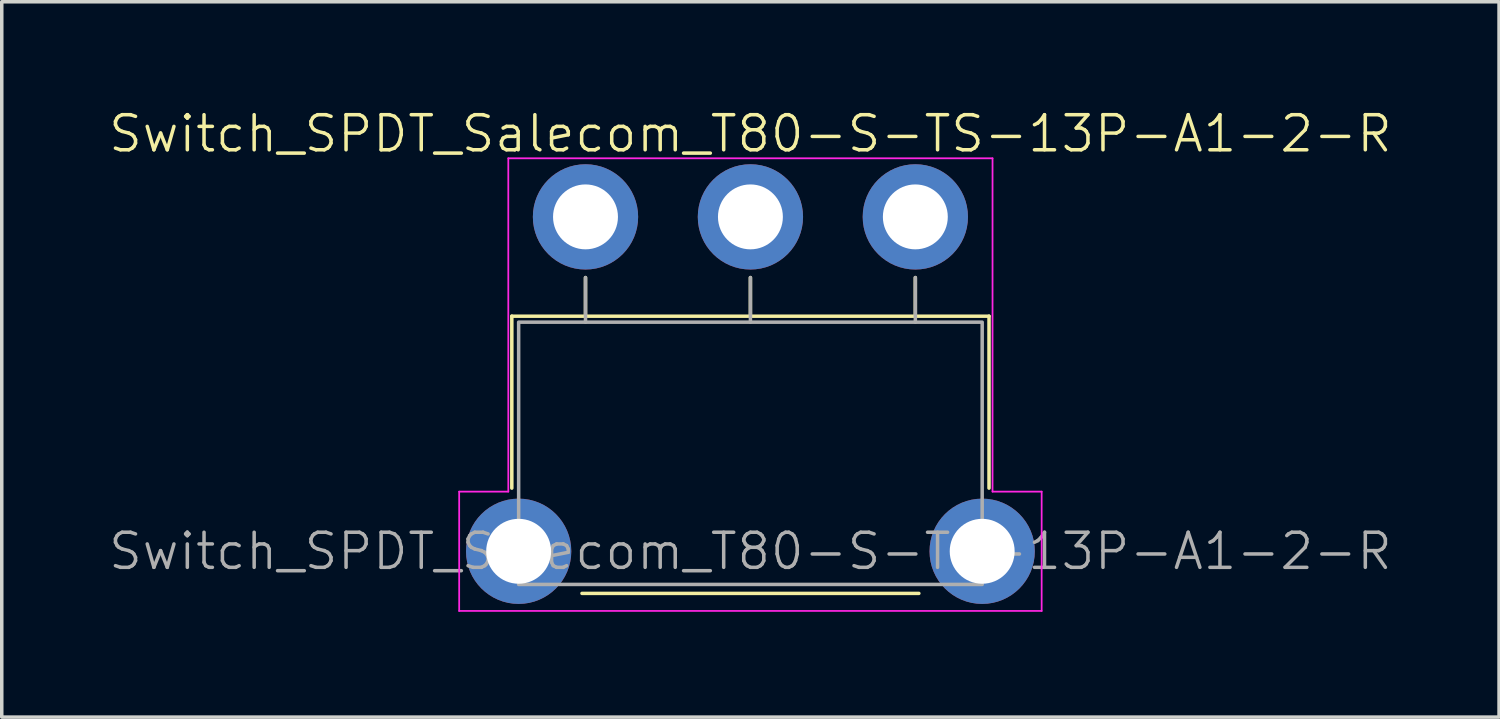
<source format=kicad_pcb>
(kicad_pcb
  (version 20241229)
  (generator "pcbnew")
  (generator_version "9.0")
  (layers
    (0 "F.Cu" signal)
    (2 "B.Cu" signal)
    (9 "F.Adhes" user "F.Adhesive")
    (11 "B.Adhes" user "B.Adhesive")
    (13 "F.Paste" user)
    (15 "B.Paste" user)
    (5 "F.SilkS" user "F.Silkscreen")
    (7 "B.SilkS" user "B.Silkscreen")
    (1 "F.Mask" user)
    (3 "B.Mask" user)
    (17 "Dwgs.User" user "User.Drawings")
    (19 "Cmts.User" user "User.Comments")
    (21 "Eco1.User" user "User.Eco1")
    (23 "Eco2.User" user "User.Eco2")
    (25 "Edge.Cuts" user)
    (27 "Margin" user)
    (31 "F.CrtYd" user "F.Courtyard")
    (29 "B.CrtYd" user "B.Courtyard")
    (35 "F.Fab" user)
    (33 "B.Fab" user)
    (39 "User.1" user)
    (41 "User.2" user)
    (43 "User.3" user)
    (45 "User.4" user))
  (footprint "Switch_SPDT_Salecom_T80-S-TS-13P-A1-2-R"
    (layer "F.Cu")
    (at 18.336 12.661)
    (property "Reference" "Switch_SPDT_Salecom_T80-S-TS-13P-A1-2-R" (at 0 -11.9 0) (unlocked yes) (layer "F.SilkS") (effects (font (size 1 1) (thickness 0.1))))
    (attr through_hole)
    (fp_line (start -6.8 -6.7) (end 6.8 -6.7) (stroke (width 0.1) (type default)) (layer "F.SilkS"))
    (fp_line (start -6.8 -1.8) (end -6.8 -6.7) (stroke (width 0.1) (type default)) (layer "F.SilkS"))
    (fp_line (start -4.8 1.2) (end 4.8 1.2) (stroke (width 0.1) (type default)) (layer "F.SilkS"))
    (fp_line (start -4.7 -7.8) (end -4.7 -6.7) (stroke (width 0.1) (type default)) (layer "F.SilkS"))
    (fp_line (start 0 -7.8) (end 0 -6.7) (stroke (width 0.1) (type default)) (layer "F.SilkS"))
    (fp_line (start 4.7 -7.8) (end 4.7 -6.7) (stroke (width 0.1) (type default)) (layer "F.SilkS"))
    (fp_line (start 6.8 -6.7) (end 6.8 -1.8) (stroke (width 0.1) (type default)) (layer "F.SilkS"))
    (fp_line (start -8.3 -1.7) (end -8.3 1.7) (stroke (width 0.05) (type default)) (layer "F.CrtYd"))
    (fp_line (start -8.3 1.7) (end 8.3 1.7) (stroke (width 0.05) (type default)) (layer "F.CrtYd"))
    (fp_line (start -6.9 -11.2) (end -6.9 -1.7) (stroke (width 0.05) (type default)) (layer "F.CrtYd"))
    (fp_line (start -6.9 -1.7) (end -8.3 -1.7) (stroke (width 0.05) (type default)) (layer "F.CrtYd"))
    (fp_line (start 6.9 -11.2) (end -6.9 -11.2) (stroke (width 0.05) (type default)) (layer "F.CrtYd"))
    (fp_line (start 6.9 -1.7) (end 6.9 -11.2) (stroke (width 0.05) (type default)) (layer "F.CrtYd"))
    (fp_line (start 8.3 -1.7) (end 6.9 -1.7) (stroke (width 0.05) (type default)) (layer "F.CrtYd"))
    (fp_line (start 8.3 1.7) (end 8.3 -1.7) (stroke (width 0.05) (type default)) (layer "F.CrtYd"))
    (fp_line (start -4.7 -7.8) (end -4.7 -6.53) (stroke (width 0.1) (type default)) (layer "F.Fab"))
    (fp_line (start 0 -7.8) (end 0 -6.53) (stroke (width 0.1) (type default)) (layer "F.Fab"))
    (fp_line (start 4.7 -7.8) (end 4.7 -6.53) (stroke (width 0.1) (type default)) (layer "F.Fab"))
    (fp_rect (start -6.605 -6.53) (end 6.605 0.945) (stroke (width 0.1) (type default)) (fill no) (layer "F.Fab"))
    (fp_text user "${REFERENCE}" (at 0 0 0) (unlocked yes) (layer "F.Fab") (effects (font (size 1 1) (thickness 0.1))))
    (pad "" thru_hole circle (at -6.605 0) (size 3 3) (drill 1.85) (layers "*.Cu" "*.Mask"))
    (pad "" thru_hole circle (at 6.605 0) (size 3 3) (drill 1.85) (layers "*.Cu" "*.Mask"))
    (pad "1" thru_hole circle (at -4.7 -9.53) (size 3 3) (drill 1.85) (layers "*.Cu" "*.Mask"))
    (pad "2" thru_hole circle (at 0 -9.53) (size 3 3) (drill 1.85) (layers "*.Cu" "*.Mask"))
    (pad "3" thru_hole circle (at 4.7 -9.53) (size 3 3) (drill 1.85) (layers "*.Cu" "*.Mask")))
  (gr_rect
    (start -3 -3)
    (end 39.671 17.386)
    (stroke (width 0.1) (type default))
    (fill no)
    (layer "Edge.Cuts")))
</source>
